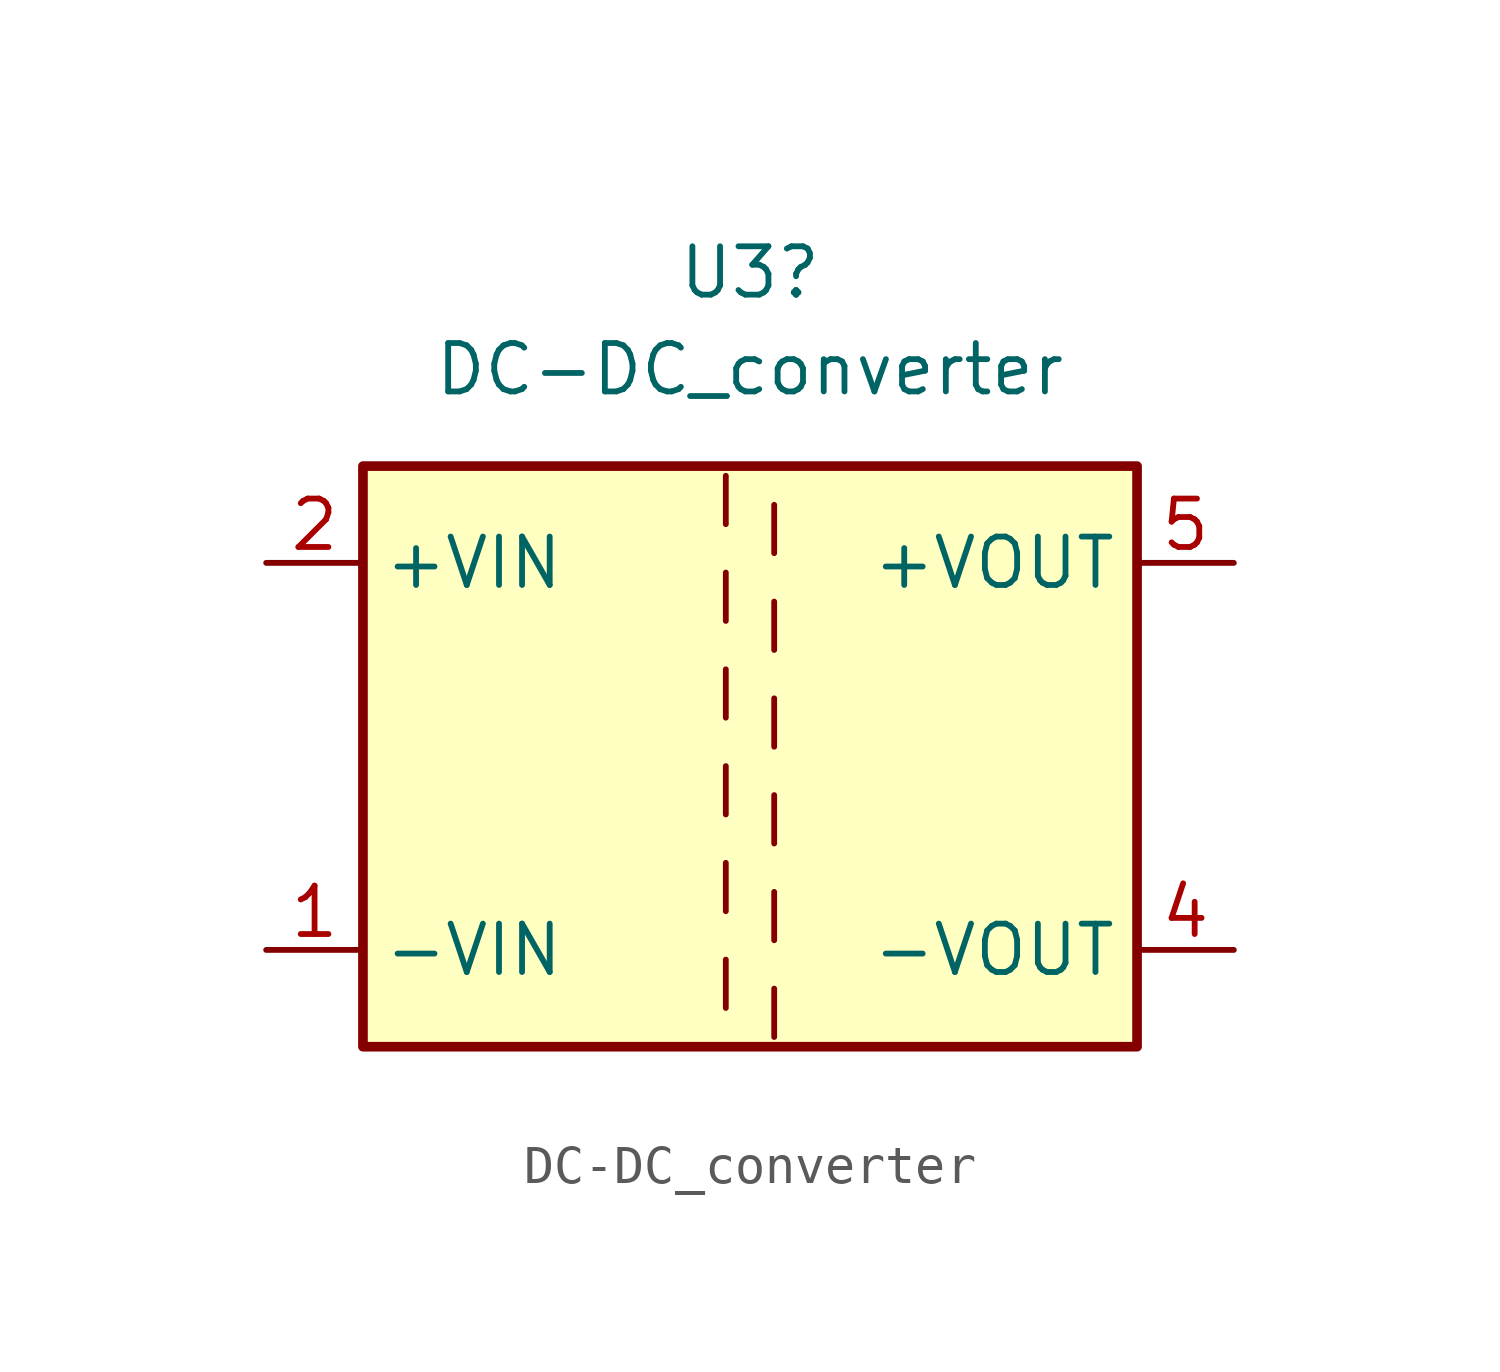
<source format=kicad_sym>
(kicad_symbol_lib
  (version 20211014)
  (generator kicad_symbol_editor)
  (symbol "DC-DC_converter"
    (property "Reference" "U3"
      (at 0 12.7 0)
      (effects (font (size 1.27 1.27))))
    (property "Value" "DC-DC_converter"
      (at 0 10.16 0)
      (effects (font (size 1.27 1.27))))
    (symbol "DC-DC_converter_0_1"
      (rectangle (start -10.16 7.62) (end 10.16 -7.62) (stroke (width 0.254) (type default) (color 0 0 0 0)) (fill (type background)))
      (polyline (pts (xy -0.635 -5.334) (xy -0.635 -6.604)) (stroke (width 0) (type default) (color 0 0 0 0)) (fill (type none)))
      (polyline (pts (xy -0.635 -2.794) (xy -0.635 -4.064)) (stroke (width 0) (type default) (color 0 0 0 0)) (fill (type none)))
      (polyline (pts (xy -0.635 -0.254) (xy -0.635 -1.524)) (stroke (width 0) (type default) (color 0 0 0 0)) (fill (type none)))
      (polyline (pts (xy -0.635 2.286) (xy -0.635 1.016)) (stroke (width 0) (type default) (color 0 0 0 0)) (fill (type none)))
      (polyline (pts (xy -0.635 4.826) (xy -0.635 3.556)) (stroke (width 0) (type default) (color 0 0 0 0)) (fill (type none)))
      (polyline (pts (xy -0.635 7.366) (xy -0.635 6.096)) (stroke (width 0) (type default) (color 0 0 0 0)) (fill (type none)))
      (polyline (pts (xy 0.635 -7.366) (xy 0.635 -6.096)) (stroke (width 0) (type default) (color 0 0 0 0)) (fill (type none)))
      (polyline (pts (xy 0.635 -4.826) (xy 0.635 -3.556)) (stroke (width 0) (type default) (color 0 0 0 0)) (fill (type none)))
      (polyline (pts (xy 0.635 -2.286) (xy 0.635 -1.016)) (stroke (width 0) (type default) (color 0 0 0 0)) (fill (type none)))
      (polyline (pts (xy 0.635 0.254) (xy 0.635 1.524)) (stroke (width 0) (type default) (color 0 0 0 0)) (fill (type none)))
      (polyline (pts (xy 0.635 2.794) (xy 0.635 4.064)) (stroke (width 0) (type default) (color 0 0 0 0)) (fill (type none)))
      (polyline (pts (xy 0.635 5.334) (xy 0.635 6.604)) (stroke (width 0) (type default) (color 0 0 0 0)) (fill (type none))))
    (symbol "DC-DC_converter_1_1"
      (pin power_in line (at -12.7 -5.08 0) (length 2.54) (name "-VIN" (effects (font (size 1.27 1.27)))) (number "1" (effects (font (size 1.27 1.27)))))
      (pin power_in line (at -12.7 5.08 0) (length 2.54) (name "+VIN" (effects (font (size 1.27 1.27)))) (number "2" (effects (font (size 1.27 1.27)))))
      (pin power_out line (at 12.7 -5.08 180) (length 2.54) (name "-VOUT" (effects (font (size 1.27 1.27)))) (number "4" (effects (font (size 1.27 1.27)))))
      (pin power_out line (at 12.7 5.08 180) (length 2.54) (name "+VOUT" (effects (font (size 1.27 1.27)))) (number "5" (effects (font (size 1.27 1.27))))))))
</source>
